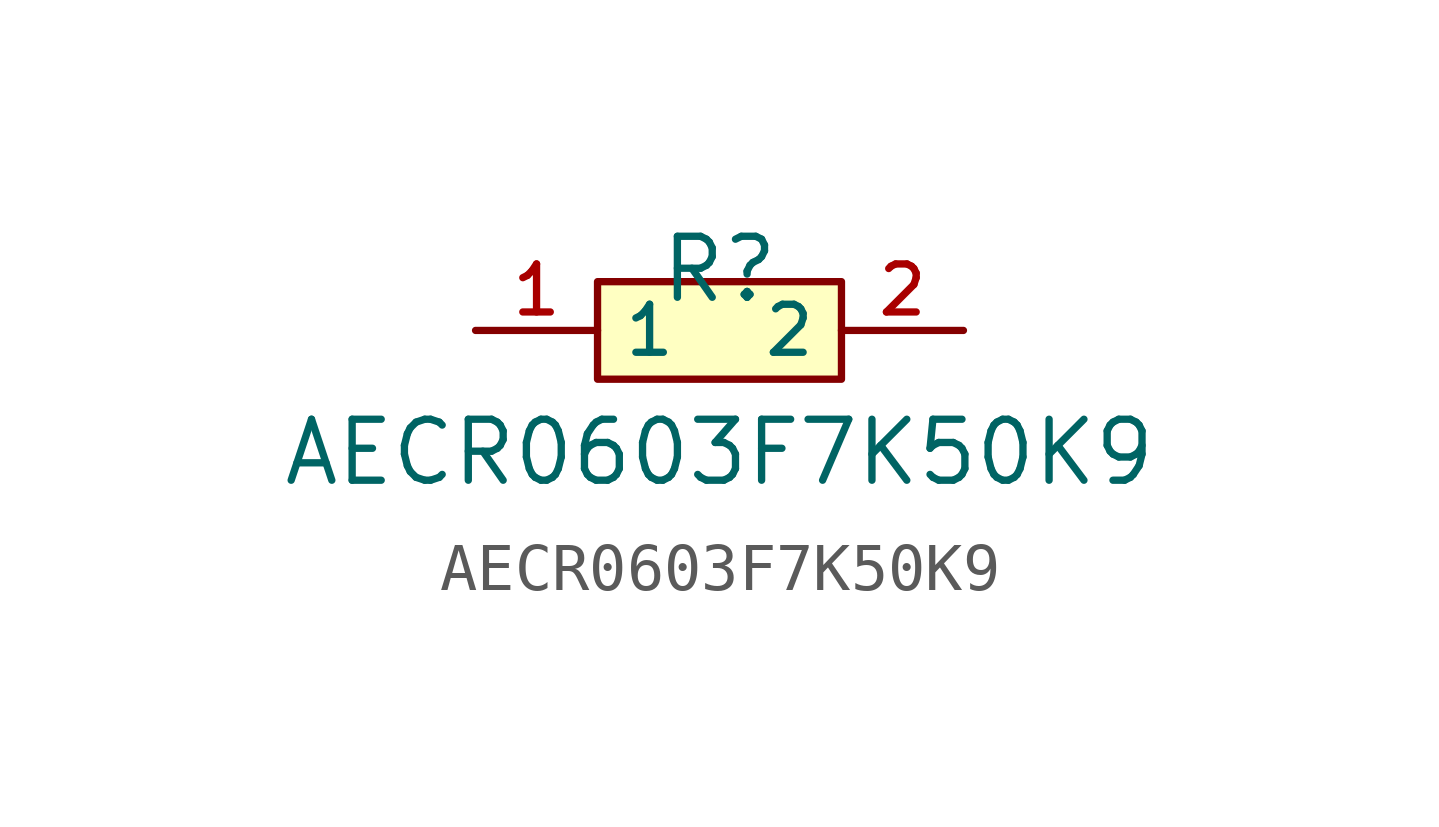
<source format=kicad_sym>
(kicad_symbol_lib
  (version 20210201)
  (generator TousstNicolas/JLC2KiCad_lib)
  (symbol "AECR0603F7K50K9"
    (property "Reference" "R"
      (at 0 1.27 0)
      (effects (font (size 1.27 1.27))))
    (property "Value" "AECR0603F7K50K9"
      (at 0 -2.54 0)
      (effects (font (size 1.27 1.27))))
    (symbol "AECR0603F7K50K9_0_1"
      (rectangle (start -2.54 1.016) (end 2.54 -1.016) (stroke (width 0) (type default) (color 0 0 0 0)) (fill (type background)))
      (pin unspecified line (at 5.08 -0.0 180) (length 2.54) (name "2" (effects (font (size 1 1)))) (number "2" (effects (font (size 1 1)))))
      (pin unspecified line (at -5.08 -0.0 0) (length 2.54) (name "1" (effects (font (size 1 1)))) (number "1" (effects (font (size 1 1))))))))
</source>
